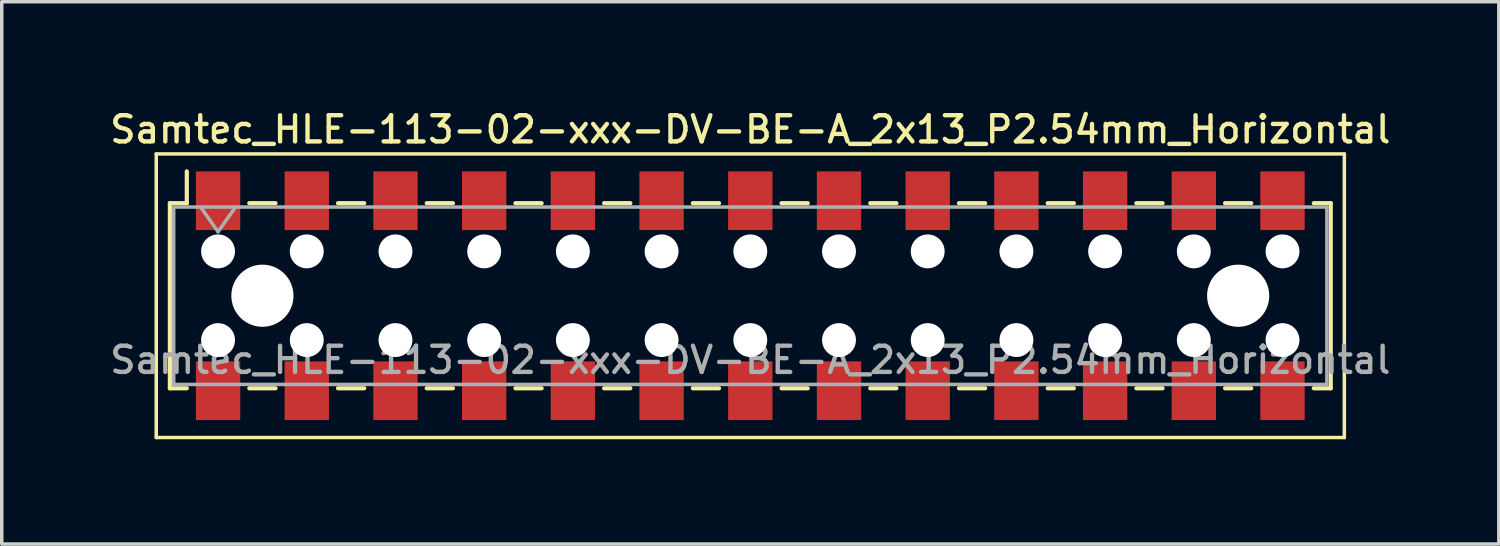
<source format=kicad_pcb>
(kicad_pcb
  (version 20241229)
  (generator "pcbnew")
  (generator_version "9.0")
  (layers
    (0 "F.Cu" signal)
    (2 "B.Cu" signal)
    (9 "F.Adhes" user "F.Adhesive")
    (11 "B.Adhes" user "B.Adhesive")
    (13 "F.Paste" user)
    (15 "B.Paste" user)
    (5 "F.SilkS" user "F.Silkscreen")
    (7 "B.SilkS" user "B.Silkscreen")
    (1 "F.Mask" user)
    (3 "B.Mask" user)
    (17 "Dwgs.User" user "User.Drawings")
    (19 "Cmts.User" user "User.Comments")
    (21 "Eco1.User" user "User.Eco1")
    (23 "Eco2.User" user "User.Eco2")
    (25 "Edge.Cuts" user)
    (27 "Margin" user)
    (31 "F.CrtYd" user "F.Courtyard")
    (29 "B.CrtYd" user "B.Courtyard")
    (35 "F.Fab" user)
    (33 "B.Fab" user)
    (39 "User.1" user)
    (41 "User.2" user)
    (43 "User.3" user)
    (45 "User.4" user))
  (footprint "Samtec_HLE-113-02-xxx-DV-BE-A_2x13_P2.54mm_Horizontal"
    (layer "F.Cu")
    (at 18.434 5.418)
    (property "Reference" "Samtec_HLE-113-02-xxx-DV-BE-A_2x13_P2.54mm_Horizontal" (at 0 -4.76 0) (layer "F.SilkS") (effects (font (size 0.75 0.75) (thickness 0.125))))
    (attr smd)
    (fp_line (start -17.01 -4.06) (end 17.01 -4.06) (stroke (width 0.1) (type solid)) (layer "F.SilkS"))
    (fp_line (start -17.01 4.06) (end -17.01 -4.06) (stroke (width 0.1) (type solid)) (layer "F.SilkS"))
    (fp_line (start -16.62 -2.65) (end -16.62 2.65) (stroke (width 0.12) (type solid)) (layer "F.SilkS"))
    (fp_line (start -16.62 2.65) (end -16.135 2.65) (stroke (width 0.12) (type solid)) (layer "F.SilkS"))
    (fp_line (start -16.135 -3.56) (end -16.135 -2.65) (stroke (width 0.12) (type solid)) (layer "F.SilkS"))
    (fp_line (start -16.135 -2.65) (end -16.62 -2.65) (stroke (width 0.12) (type solid)) (layer "F.SilkS"))
    (fp_line (start -14.345 -2.65) (end -13.595 -2.65) (stroke (width 0.12) (type solid)) (layer "F.SilkS"))
    (fp_line (start -14.345 2.65) (end -13.595 2.65) (stroke (width 0.12) (type solid)) (layer "F.SilkS"))
    (fp_line (start -11.805 -2.65) (end -11.055 -2.65) (stroke (width 0.12) (type solid)) (layer "F.SilkS"))
    (fp_line (start -11.805 2.65) (end -11.055 2.65) (stroke (width 0.12) (type solid)) (layer "F.SilkS"))
    (fp_line (start -9.265 -2.65) (end -8.515 -2.65) (stroke (width 0.12) (type solid)) (layer "F.SilkS"))
    (fp_line (start -9.265 2.65) (end -8.515 2.65) (stroke (width 0.12) (type solid)) (layer "F.SilkS"))
    (fp_line (start -6.725 -2.65) (end -5.975 -2.65) (stroke (width 0.12) (type solid)) (layer "F.SilkS"))
    (fp_line (start -6.725 2.65) (end -5.975 2.65) (stroke (width 0.12) (type solid)) (layer "F.SilkS"))
    (fp_line (start -4.185 -2.65) (end -3.435 -2.65) (stroke (width 0.12) (type solid)) (layer "F.SilkS"))
    (fp_line (start -4.185 2.65) (end -3.435 2.65) (stroke (width 0.12) (type solid)) (layer "F.SilkS"))
    (fp_line (start -1.645 -2.65) (end -0.895 -2.65) (stroke (width 0.12) (type solid)) (layer "F.SilkS"))
    (fp_line (start -1.645 2.65) (end -0.895 2.65) (stroke (width 0.12) (type solid)) (layer "F.SilkS"))
    (fp_line (start 0.895 -2.65) (end 1.645 -2.65) (stroke (width 0.12) (type solid)) (layer "F.SilkS"))
    (fp_line (start 0.895 2.65) (end 1.645 2.65) (stroke (width 0.12) (type solid)) (layer "F.SilkS"))
    (fp_line (start 3.435 -2.65) (end 4.185 -2.65) (stroke (width 0.12) (type solid)) (layer "F.SilkS"))
    (fp_line (start 3.435 2.65) (end 4.185 2.65) (stroke (width 0.12) (type solid)) (layer "F.SilkS"))
    (fp_line (start 5.975 -2.65) (end 6.725 -2.65) (stroke (width 0.12) (type solid)) (layer "F.SilkS"))
    (fp_line (start 5.975 2.65) (end 6.725 2.65) (stroke (width 0.12) (type solid)) (layer "F.SilkS"))
    (fp_line (start 8.515 -2.65) (end 9.265 -2.65) (stroke (width 0.12) (type solid)) (layer "F.SilkS"))
    (fp_line (start 8.515 2.65) (end 9.265 2.65) (stroke (width 0.12) (type solid)) (layer "F.SilkS"))
    (fp_line (start 11.055 -2.65) (end 11.805 -2.65) (stroke (width 0.12) (type solid)) (layer "F.SilkS"))
    (fp_line (start 11.055 2.65) (end 11.805 2.65) (stroke (width 0.12) (type solid)) (layer "F.SilkS"))
    (fp_line (start 13.595 -2.65) (end 14.345 -2.65) (stroke (width 0.12) (type solid)) (layer "F.SilkS"))
    (fp_line (start 13.595 2.65) (end 14.345 2.65) (stroke (width 0.12) (type solid)) (layer "F.SilkS"))
    (fp_line (start 16.135 -2.65) (end 16.62 -2.65) (stroke (width 0.12) (type solid)) (layer "F.SilkS"))
    (fp_line (start 16.62 -2.65) (end 16.62 2.65) (stroke (width 0.12) (type solid)) (layer "F.SilkS"))
    (fp_line (start 16.62 2.65) (end 16.135 2.65) (stroke (width 0.12) (type solid)) (layer "F.SilkS"))
    (fp_line (start 17.01 -4.06) (end 17.01 4.06) (stroke (width 0.1) (type solid)) (layer "F.SilkS"))
    (fp_line (start 17.01 4.06) (end -17.01 4.06) (stroke (width 0.1) (type solid)) (layer "F.SilkS"))
    (fp_line (start -16.51 -2.54) (end 16.51 -2.54) (stroke (width 0.1) (type solid)) (layer "F.Fab"))
    (fp_line (start -16.51 2.54) (end -16.51 -2.54) (stroke (width 0.1) (type solid)) (layer "F.Fab"))
    (fp_line (start -15.74 -2.54) (end -15.24 -1.833) (stroke (width 0.1) (type solid)) (layer "F.Fab"))
    (fp_line (start -15.24 -1.833) (end -14.74 -2.54) (stroke (width 0.1) (type solid)) (layer "F.Fab"))
    (fp_line (start 16.51 -2.54) (end 16.51 2.54) (stroke (width 0.1) (type solid)) (layer "F.Fab"))
    (fp_line (start 16.51 2.54) (end -16.51 2.54) (stroke (width 0.1) (type solid)) (layer "F.Fab"))
    (fp_text user "${REFERENCE}" (at 0 1.84 0) (layer "F.Fab") (effects (font (size 0.75 0.75) (thickness 0.125))))
    (pad "" np_thru_hole circle (at -15.24 -1.27) (size 0.97 0.97) (drill 0.97) (layers "*.Cu" "*.Mask"))
    (pad "" np_thru_hole circle (at -15.24 1.27) (size 0.97 0.97) (drill 0.97) (layers "*.Cu" "*.Mask"))
    (pad "" np_thru_hole circle (at -13.97 0) (size 1.78 1.78) (drill 1.78) (layers "*.Cu" "*.Mask"))
    (pad "" np_thru_hole circle (at -12.7 -1.27) (size 0.97 0.97) (drill 0.97) (layers "*.Cu" "*.Mask"))
    (pad "" np_thru_hole circle (at -12.7 1.27) (size 0.97 0.97) (drill 0.97) (layers "*.Cu" "*.Mask"))
    (pad "" np_thru_hole circle (at -10.16 -1.27) (size 0.97 0.97) (drill 0.97) (layers "*.Cu" "*.Mask"))
    (pad "" np_thru_hole circle (at -10.16 1.27) (size 0.97 0.97) (drill 0.97) (layers "*.Cu" "*.Mask"))
    (pad "" np_thru_hole circle (at -7.62 -1.27) (size 0.97 0.97) (drill 0.97) (layers "*.Cu" "*.Mask"))
    (pad "" np_thru_hole circle (at -7.62 1.27) (size 0.97 0.97) (drill 0.97) (layers "*.Cu" "*.Mask"))
    (pad "" np_thru_hole circle (at -5.08 -1.27) (size 0.97 0.97) (drill 0.97) (layers "*.Cu" "*.Mask"))
    (pad "" np_thru_hole circle (at -5.08 1.27) (size 0.97 0.97) (drill 0.97) (layers "*.Cu" "*.Mask"))
    (pad "" np_thru_hole circle (at -2.54 -1.27) (size 0.97 0.97) (drill 0.97) (layers "*.Cu" "*.Mask"))
    (pad "" np_thru_hole circle (at -2.54 1.27) (size 0.97 0.97) (drill 0.97) (layers "*.Cu" "*.Mask"))
    (pad "" np_thru_hole circle (at 0 -1.27) (size 0.97 0.97) (drill 0.97) (layers "*.Cu" "*.Mask"))
    (pad "" np_thru_hole circle (at 0 1.27) (size 0.97 0.97) (drill 0.97) (layers "*.Cu" "*.Mask"))
    (pad "" np_thru_hole circle (at 2.54 -1.27) (size 0.97 0.97) (drill 0.97) (layers "*.Cu" "*.Mask"))
    (pad "" np_thru_hole circle (at 2.54 1.27) (size 0.97 0.97) (drill 0.97) (layers "*.Cu" "*.Mask"))
    (pad "" np_thru_hole circle (at 5.08 -1.27) (size 0.97 0.97) (drill 0.97) (layers "*.Cu" "*.Mask"))
    (pad "" np_thru_hole circle (at 5.08 1.27) (size 0.97 0.97) (drill 0.97) (layers "*.Cu" "*.Mask"))
    (pad "" np_thru_hole circle (at 7.62 -1.27) (size 0.97 0.97) (drill 0.97) (layers "*.Cu" "*.Mask"))
    (pad "" np_thru_hole circle (at 7.62 1.27) (size 0.97 0.97) (drill 0.97) (layers "*.Cu" "*.Mask"))
    (pad "" np_thru_hole circle (at 10.16 -1.27) (size 0.97 0.97) (drill 0.97) (layers "*.Cu" "*.Mask"))
    (pad "" np_thru_hole circle (at 10.16 1.27) (size 0.97 0.97) (drill 0.97) (layers "*.Cu" "*.Mask"))
    (pad "" np_thru_hole circle (at 12.7 -1.27) (size 0.97 0.97) (drill 0.97) (layers "*.Cu" "*.Mask"))
    (pad "" np_thru_hole circle (at 12.7 1.27) (size 0.97 0.97) (drill 0.97) (layers "*.Cu" "*.Mask"))
    (pad "" np_thru_hole circle (at 13.97 0) (size 1.78 1.78) (drill 1.78) (layers "*.Cu" "*.Mask"))
    (pad "" np_thru_hole circle (at 15.24 -1.27) (size 0.97 0.97) (drill 0.97) (layers "*.Cu" "*.Mask"))
    (pad "" np_thru_hole circle (at 15.24 1.27) (size 0.97 0.97) (drill 0.97) (layers "*.Cu" "*.Mask"))
    (pad "1" smd rect (at -15.24 -2.72) (size 1.27 1.68) (layers "F.Cu" "F.Mask" "F.Paste"))
    (pad "2" smd rect (at -15.24 2.72) (size 1.27 1.68) (layers "F.Cu" "F.Mask" "F.Paste"))
    (pad "3" smd rect (at -12.7 -2.72) (size 1.27 1.68) (layers "F.Cu" "F.Mask" "F.Paste"))
    (pad "4" smd rect (at -12.7 2.72) (size 1.27 1.68) (layers "F.Cu" "F.Mask" "F.Paste"))
    (pad "5" smd rect (at -10.16 -2.72) (size 1.27 1.68) (layers "F.Cu" "F.Mask" "F.Paste"))
    (pad "6" smd rect (at -10.16 2.72) (size 1.27 1.68) (layers "F.Cu" "F.Mask" "F.Paste"))
    (pad "7" smd rect (at -7.62 -2.72) (size 1.27 1.68) (layers "F.Cu" "F.Mask" "F.Paste"))
    (pad "8" smd rect (at -7.62 2.72) (size 1.27 1.68) (layers "F.Cu" "F.Mask" "F.Paste"))
    (pad "9" smd rect (at -5.08 -2.72) (size 1.27 1.68) (layers "F.Cu" "F.Mask" "F.Paste"))
    (pad "10" smd rect (at -5.08 2.72) (size 1.27 1.68) (layers "F.Cu" "F.Mask" "F.Paste"))
    (pad "11" smd rect (at -2.54 -2.72) (size 1.27 1.68) (layers "F.Cu" "F.Mask" "F.Paste"))
    (pad "12" smd rect (at -2.54 2.72) (size 1.27 1.68) (layers "F.Cu" "F.Mask" "F.Paste"))
    (pad "13" smd rect (at 0 -2.72) (size 1.27 1.68) (layers "F.Cu" "F.Mask" "F.Paste"))
    (pad "14" smd rect (at 0 2.72) (size 1.27 1.68) (layers "F.Cu" "F.Mask" "F.Paste"))
    (pad "15" smd rect (at 2.54 -2.72) (size 1.27 1.68) (layers "F.Cu" "F.Mask" "F.Paste"))
    (pad "16" smd rect (at 2.54 2.72) (size 1.27 1.68) (layers "F.Cu" "F.Mask" "F.Paste"))
    (pad "17" smd rect (at 5.08 -2.72) (size 1.27 1.68) (layers "F.Cu" "F.Mask" "F.Paste"))
    (pad "18" smd rect (at 5.08 2.72) (size 1.27 1.68) (layers "F.Cu" "F.Mask" "F.Paste"))
    (pad "19" smd rect (at 7.62 -2.72) (size 1.27 1.68) (layers "F.Cu" "F.Mask" "F.Paste"))
    (pad "20" smd rect (at 7.62 2.72) (size 1.27 1.68) (layers "F.Cu" "F.Mask" "F.Paste"))
    (pad "21" smd rect (at 10.16 -2.72) (size 1.27 1.68) (layers "F.Cu" "F.Mask" "F.Paste"))
    (pad "22" smd rect (at 10.16 2.72) (size 1.27 1.68) (layers "F.Cu" "F.Mask" "F.Paste"))
    (pad "23" smd rect (at 12.7 -2.72) (size 1.27 1.68) (layers "F.Cu" "F.Mask" "F.Paste"))
    (pad "24" smd rect (at 12.7 2.72) (size 1.27 1.68) (layers "F.Cu" "F.Mask" "F.Paste"))
    (pad "25" smd rect (at 15.24 -2.72) (size 1.27 1.68) (layers "F.Cu" "F.Mask" "F.Paste"))
    (pad "26" smd rect (at 15.24 2.72) (size 1.27 1.68) (layers "F.Cu" "F.Mask" "F.Paste")))
  (gr_rect
    (start -3 -3)
    (end 39.868 12.528)
    (stroke (width 0.1) (type default))
    (fill no)
    (layer "Edge.Cuts")))
</source>
